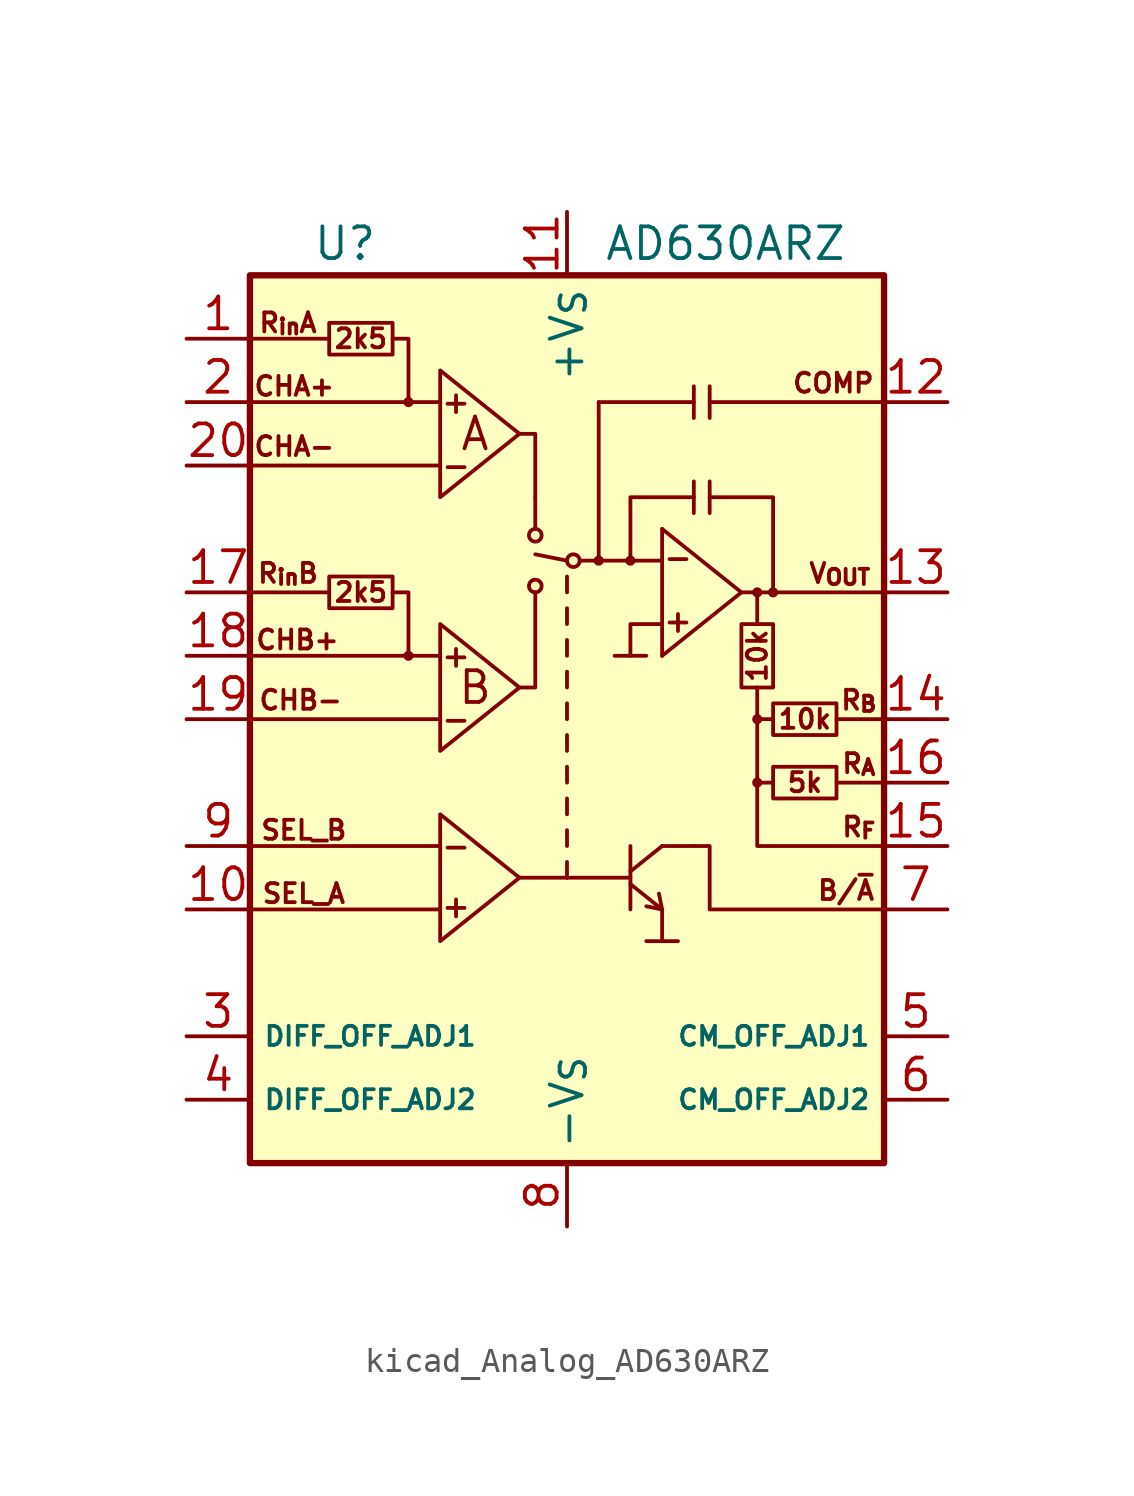
<source format=kicad_sym>
(kicad_symbol_lib
  (version 20220914)
  (generator kicad_symbol_editor)
  (symbol "kicad_Analog_AD630ARZ"
    (property "Reference" "U"
      (at -8.89 19.05 0)
      (effects (font (size 1.27 1.27))))
    (property "Value" "AD630ARZ"
      (at 6.35 19.05 0)
      (effects (font (size 1.27 1.27))))
    (symbol "kicad_Analog_AD630ARZ_0_0"
      (text "+" (at -4.445 -7.493 0) (effects (font (size 0.889 0.889))))
      (text "+" (at -4.445 2.54 0) (effects (font (size 0.889 0.889))))
      (text "+" (at -4.445 12.7 0) (effects (font (size 0.889 0.889))))
      (text "+" (at 4.445 3.937 0) (effects (font (size 0.889 0.889))))
      (text "-" (at -4.445 -5.08 0) (effects (font (size 0.889 0.889))))
      (text "-" (at -4.445 0 0) (effects (font (size 0.889 0.889))))
      (text "-" (at -4.445 10.16 0) (effects (font (size 0.889 0.889))))
      (text "-" (at 4.445 6.477 0) (effects (font (size 0.889 0.889))))
      (text "10k" (at 7.62 2.54 900) (effects (font (size 0.762 0.762))))
      (text "10k" (at 9.525 0 0) (effects (font (size 0.762 0.762))))
      (text "2k5" (at -8.255 5.08 0) (effects (font (size 0.762 0.762))))
      (text "2k5" (at -8.255 15.24 0) (effects (font (size 0.762 0.762))))
      (text "5k" (at 9.525 -2.54 0) (effects (font (size 0.762 0.762))))
      (text "A" (at -3.683 11.43 0) (effects (font (size 1.27 1.27))))
      (text "B" (at -3.683 1.27 0) (effects (font (size 1.27 1.27))))
      (text "B/~{A}" (at 11.176 -6.858 0) (effects (font (size 0.762 0.762))))
      (text "CHA+" (at -10.922 13.335 0) (effects (font (size 0.762 0.762))))
      (text "CHA-" (at -10.922 10.922 0) (effects (font (size 0.762 0.762))))
      (text "CHB+" (at -10.795 3.175 0) (effects (font (size 0.762 0.762))))
      (text "CHB-" (at -10.668 0.762 0) (effects (font (size 0.762 0.762))))
      (text "COMP" (at 10.668 13.462 0) (effects (font (size 0.762 0.762))))
      (text "R_{A}" (at 11.684 -1.778 0) (effects (font (size 0.762 0.762))))
      (text "R_{B}" (at 11.684 0.762 0) (effects (font (size 0.762 0.762))))
      (text "R_{F}" (at 11.684 -4.318 0) (effects (font (size 0.762 0.762))))
      (text "R_{in}A" (at -11.176 15.875 0) (effects (font (size 0.762 0.762))))
      (text "R_{in}B" (at -11.176 5.842 0) (effects (font (size 0.762 0.762))))
      (text "SEL_A" (at -10.541 -6.985 0) (effects (font (size 0.762 0.762))))
      (text "SEL_B" (at -10.541 -4.445 0) (effects (font (size 0.762 0.762))))
      (text "V_{OUT}" (at 10.922 5.842 0) (effects (font (size 0.762 0.762)))))
    (symbol "kicad_Analog_AD630ARZ_0_1"
      (rectangle (start -12.7 17.78) (end 12.7 -17.78) (stroke (width 0.254) (type default)) (fill (type background)))
      (circle (center -6.35 2.54) (radius 0.127) (stroke (width 0) (type default)) (fill (type none)))
      (circle (center -6.35 12.7) (radius 0.127) (stroke (width 0) (type default)) (fill (type none)))
      (circle (center -1.27 5.334) (radius 0.254) (stroke (width 0) (type default)) (fill (type none)))
      (circle (center -1.27 7.366) (radius 0.254) (stroke (width 0) (type default)) (fill (type none)))
      (polyline (pts (xy -12.7 -7.62) (xy -5.08 -7.62)) (stroke (width 0) (type default)) (fill (type none)))
      (polyline (pts (xy -12.7 -5.08) (xy -5.08 -5.08)) (stroke (width 0) (type default)) (fill (type none)))
      (polyline (pts (xy -12.7 0) (xy -5.08 0)) (stroke (width 0) (type default)) (fill (type none)))
      (polyline (pts (xy -12.7 5.08) (xy -9.525 5.08)) (stroke (width 0) (type default)) (fill (type none)))
      (polyline (pts (xy -12.7 10.16) (xy -5.08 10.16)) (stroke (width 0) (type default)) (fill (type none)))
      (polyline (pts (xy -12.7 15.24) (xy -9.525 15.24)) (stroke (width 0) (type default)) (fill (type none)))
      (polyline (pts (xy -6.35 12.7) (xy -5.08 12.7)) (stroke (width 0) (type default)) (fill (type none)))
      (polyline (pts (xy -1.905 -6.35) (xy 0 -6.35)) (stroke (width 0) (type default)) (fill (type none)))
      (polyline (pts (xy -1.27 8.89) (xy -1.27 7.62)) (stroke (width 0) (type default)) (fill (type none)))
      (polyline (pts (xy 0 -6.35) (xy 2.54 -6.35)) (stroke (width 0) (type default)) (fill (type none)))
      (polyline (pts (xy 0 -5.715) (xy 0 -6.35)) (stroke (width 0) (type default)) (fill (type none)))
      (polyline (pts (xy 0 -4.445) (xy 0 -5.08)) (stroke (width 0) (type default)) (fill (type none)))
      (polyline (pts (xy 0 -3.175) (xy 0 -3.81)) (stroke (width 0) (type default)) (fill (type none)))
      (polyline (pts (xy 0 -1.905) (xy 0 -2.54)) (stroke (width 0) (type default)) (fill (type none)))
      (polyline (pts (xy 0 -0.635) (xy 0 -1.27)) (stroke (width 0) (type default)) (fill (type none)))
      (polyline (pts (xy 0 0.635) (xy 0 0)) (stroke (width 0) (type default)) (fill (type none)))
      (polyline (pts (xy 0 1.905) (xy 0 1.27)) (stroke (width 0) (type default)) (fill (type none)))
      (polyline (pts (xy 0 3.175) (xy 0 2.54)) (stroke (width 0) (type default)) (fill (type none)))
      (polyline (pts (xy 0 4.445) (xy 0 3.81)) (stroke (width 0) (type default)) (fill (type none)))
      (polyline (pts (xy 0 5.715) (xy 0 5.08)) (stroke (width 0) (type default)) (fill (type none)))
      (polyline (pts (xy 0 6.35) (xy -1.27 6.604)) (stroke (width 0) (type default)) (fill (type none)))
      (polyline (pts (xy 1.27 6.35) (xy 0.508 6.35)) (stroke (width 0) (type default)) (fill (type none)))
      (polyline (pts (xy 1.27 6.35) (xy 1.27 12.7)) (stroke (width 0) (type default)) (fill (type none)))
      (polyline (pts (xy 1.27 6.35) (xy 3.81 6.35)) (stroke (width 0) (type default)) (fill (type none)))
      (polyline (pts (xy 1.905 2.54) (xy 3.175 2.54)) (stroke (width 0) (type default)) (fill (type none)))
      (polyline (pts (xy 2.54 -6.604) (xy 3.81 -7.62)) (stroke (width 0) (type default)) (fill (type none)))
      (polyline (pts (xy 2.54 -6.096) (xy 3.81 -5.08)) (stroke (width 0) (type default)) (fill (type none)))
      (polyline (pts (xy 2.54 -5.08) (xy 2.54 -7.62)) (stroke (width 0) (type default)) (fill (type none)))
      (polyline (pts (xy 3.81 -8.89) (xy 4.445 -8.89)) (stroke (width 0) (type default)) (fill (type none)))
      (polyline (pts (xy 3.81 -5.08) (xy 5.08 -5.08)) (stroke (width 0) (type default)) (fill (type none)))
      (polyline (pts (xy 3.81 7.62) (xy 3.81 2.54)) (stroke (width 0) (type default)) (fill (type none)))
      (polyline (pts (xy 5.08 9.525) (xy 5.08 8.255)) (stroke (width 0) (type default)) (fill (type none)))
      (polyline (pts (xy 5.08 12.065) (xy 5.08 12.7)) (stroke (width 0) (type default)) (fill (type none)))
      (polyline (pts (xy 5.715 9.525) (xy 5.715 8.255)) (stroke (width 0) (type default)) (fill (type none)))
      (polyline (pts (xy 5.715 12.7) (xy 12.7 12.7)) (stroke (width 0) (type default)) (fill (type none)))
      (polyline (pts (xy 5.715 13.335) (xy 5.715 12.065)) (stroke (width 0) (type default)) (fill (type none)))
      (polyline (pts (xy 7.62 1.27) (xy 7.62 -2.54)) (stroke (width 0) (type default)) (fill (type none)))
      (polyline (pts (xy 7.62 5.08) (xy 12.7 5.08)) (stroke (width 0) (type default)) (fill (type none)))
      (polyline (pts (xy 8.255 -2.54) (xy 7.62 -2.54)) (stroke (width 0) (type default)) (fill (type none)))
      (polyline (pts (xy 8.255 0) (xy 7.62 0)) (stroke (width 0) (type default)) (fill (type none)))
      (polyline (pts (xy 10.795 -2.54) (xy 12.7 -2.54)) (stroke (width 0) (type default)) (fill (type none)))
      (polyline (pts (xy 10.795 0) (xy 12.7 0)) (stroke (width 0) (type default)) (fill (type none)))
      (polyline (pts (xy -6.35 2.54) (xy -5.715 2.54) (xy -5.08 2.54)) (stroke (width 0) (type default)) (fill (type none)))
      (polyline (pts (xy -1.905 1.27) (xy -1.27 1.27) (xy -1.27 5.08)) (stroke (width 0) (type default)) (fill (type none)))
      (polyline (pts (xy -1.905 11.43) (xy -1.27 11.43) (xy -1.27 8.89)) (stroke (width 0) (type default)) (fill (type none)))
      (polyline (pts (xy 1.27 12.7) (xy 5.08 12.7) (xy 5.08 13.335)) (stroke (width 0) (type default)) (fill (type none)))
      (polyline (pts (xy 2.54 6.35) (xy 2.54 8.89) (xy 5.08 8.89)) (stroke (width 0) (type default)) (fill (type none)))
      (polyline (pts (xy 3.683 -6.985) (xy 3.81 -7.62) (xy 3.175 -7.493)) (stroke (width 0) (type default)) (fill (type none)))
      (polyline (pts (xy 3.81 -7.62) (xy 3.81 -8.89) (xy 3.175 -8.89)) (stroke (width 0) (type default)) (fill (type none)))
      (polyline (pts (xy 3.81 3.81) (xy 2.54 3.81) (xy 2.54 2.54)) (stroke (width 0) (type default)) (fill (type none)))
      (polyline (pts (xy 3.81 7.62) (xy 6.985 5.08) (xy 3.81 2.54)) (stroke (width 0) (type default)) (fill (type none)))
      (polyline (pts (xy 5.715 8.89) (xy 8.255 8.89) (xy 8.255 5.08)) (stroke (width 0) (type default)) (fill (type none)))
      (polyline (pts (xy 7.62 -2.54) (xy 7.62 -5.08) (xy 12.7 -5.08)) (stroke (width 0) (type default)) (fill (type none)))
      (polyline (pts (xy 7.62 3.81) (xy 7.62 5.08) (xy 6.985 5.08)) (stroke (width 0) (type default)) (fill (type none)))
      (polyline (pts (xy -6.985 5.08) (xy -6.35 5.08) (xy -6.35 2.54) (xy -12.7 2.54)) (stroke (width 0) (type default)) (fill (type none)))
      (polyline (pts (xy -6.985 15.24) (xy -6.35 15.24) (xy -6.35 12.7) (xy -12.7 12.7)) (stroke (width 0) (type default)) (fill (type none)))
      (polyline (pts (xy -5.08 -3.81) (xy -5.08 -8.89) (xy -1.905 -6.35) (xy -5.08 -3.81)) (stroke (width 0) (type default)) (fill (type none)))
      (polyline (pts (xy -5.08 3.81) (xy -5.08 -1.27) (xy -1.905 1.27) (xy -5.08 3.81)) (stroke (width 0) (type default)) (fill (type none)))
      (polyline (pts (xy -5.08 13.97) (xy -5.08 8.89) (xy -1.905 11.43) (xy -5.08 13.97)) (stroke (width 0) (type default)) (fill (type none)))
      (polyline (pts (xy 5.08 -5.08) (xy 5.715 -5.08) (xy 5.715 -7.62) (xy 12.7 -7.62)) (stroke (width 0) (type default)) (fill (type none)))
      (polyline (pts (xy -9.525 5.715) (xy -9.525 4.445) (xy -6.985 4.445) (xy -6.985 5.715) (xy -9.525 5.715)) (stroke (width 0) (type default)) (fill (type none)))
      (polyline (pts (xy -9.525 15.875) (xy -9.525 14.605) (xy -6.985 14.605) (xy -6.985 15.875) (xy -9.525 15.875)) (stroke (width 0) (type default)) (fill (type none)))
      (polyline (pts (xy 6.985 3.81) (xy 8.255 3.81) (xy 8.255 1.27) (xy 6.985 1.27) (xy 6.985 3.81)) (stroke (width 0) (type default)) (fill (type none)))
      (polyline (pts (xy 8.255 -1.905) (xy 8.255 -3.175) (xy 10.795 -3.175) (xy 10.795 -1.905) (xy 8.255 -1.905)) (stroke (width 0) (type default)) (fill (type none)))
      (polyline (pts (xy 8.255 0.635) (xy 8.255 -0.635) (xy 10.795 -0.635) (xy 10.795 0.635) (xy 8.255 0.635)) (stroke (width 0) (type default)) (fill (type none)))
      (circle (center 0.254 6.35) (radius 0.254) (stroke (width 0) (type default)) (fill (type none)))
      (circle (center 1.27 6.35) (radius 0.127) (stroke (width 0) (type default)) (fill (type none)))
      (circle (center 2.54 6.35) (radius 0.127) (stroke (width 0) (type default)) (fill (type none)))
      (circle (center 7.62 -2.54) (radius 0.127) (stroke (width 0) (type default)) (fill (type none)))
      (circle (center 7.62 0) (radius 0.127) (stroke (width 0) (type default)) (fill (type none)))
      (circle (center 7.62 5.08) (radius 0.127) (stroke (width 0) (type default)) (fill (type none)))
      (circle (center 8.255 5.08) (radius 0.127) (stroke (width 0) (type default)) (fill (type none))))
    (symbol "kicad_Analog_AD630ARZ_1_1"
      (pin input line (at -15.24 15.24 0) (length 2.54) (name "R_{in}A" (effects (font (size 0 0)))) (number "1" (effects (font (size 1.27 1.27)))))
      (pin input line (at -15.24 -7.62 0) (length 2.54) (name "SEL_A" (effects (font (size 0 0)))) (number "10" (effects (font (size 1.27 1.27)))))
      (pin power_in line (at 0 20.32 270) (length 2.54) (name "+V_{S}" (effects (font (size 1.27 1.27)))) (number "11" (effects (font (size 1.27 1.27)))))
      (pin passive line (at 15.24 12.7 180) (length 2.54) (name "COMP" (effects (font (size 0 0)))) (number "12" (effects (font (size 1.27 1.27)))))
      (pin output line (at 15.24 5.08 180) (length 2.54) (name "V_{OUT}" (effects (font (size 0 0)))) (number "13" (effects (font (size 1.27 1.27)))))
      (pin output line (at 15.24 0 180) (length 2.54) (name "R_{B}" (effects (font (size 0 0)))) (number "14" (effects (font (size 1.27 1.27)))))
      (pin output line (at 15.24 -5.08 180) (length 2.54) (name "R_{F}" (effects (font (size 0 0)))) (number "15" (effects (font (size 1.27 1.27)))))
      (pin output line (at 15.24 -2.54 180) (length 2.54) (name "R_{A}" (effects (font (size 0 0)))) (number "16" (effects (font (size 1.27 1.27)))))
      (pin input line (at -15.24 5.08 0) (length 2.54) (name "R_{in}B" (effects (font (size 0 0)))) (number "17" (effects (font (size 1.27 1.27)))))
      (pin input line (at -15.24 2.54 0) (length 2.54) (name "CHB+" (effects (font (size 0 0)))) (number "18" (effects (font (size 1.27 1.27)))))
      (pin input line (at -15.24 0 0) (length 2.54) (name "CHB-" (effects (font (size 0 0)))) (number "19" (effects (font (size 1.27 1.27)))))
      (pin input line (at -15.24 12.7 0) (length 2.54) (name "CHA+" (effects (font (size 0 0)))) (number "2" (effects (font (size 1.27 1.27)))))
      (pin input line (at -15.24 10.16 0) (length 2.54) (name "CHA-" (effects (font (size 0 0)))) (number "20" (effects (font (size 1.27 1.27)))))
      (pin passive line (at -15.24 -12.7 0) (length 2.54) (name "DIFF_OFF_ADJ1" (effects (font (size 0.762 0.762)))) (number "3" (effects (font (size 1.27 1.27)))))
      (pin passive line (at -15.24 -15.24 0) (length 2.54) (name "DIFF_OFF_ADJ2" (effects (font (size 0.762 0.762)))) (number "4" (effects (font (size 1.27 1.27)))))
      (pin passive line (at 15.24 -12.7 180) (length 2.54) (name "CM_OFF_ADJ1" (effects (font (size 0.762 0.762)))) (number "5" (effects (font (size 1.27 1.27)))))
      (pin passive line (at 15.24 -15.24 180) (length 2.54) (name "CM_OFF_ADJ2" (effects (font (size 0.762 0.762)))) (number "6" (effects (font (size 1.27 1.27)))))
      (pin open_collector line (at 15.24 -7.62 180) (length 2.54) (name "B/~{A}" (effects (font (size 0 0)))) (number "7" (effects (font (size 1.27 1.27)))))
      (pin power_in line (at 0 -20.32 90) (length 2.54) (name "-V_{S}" (effects (font (size 1.27 1.27)))) (number "8" (effects (font (size 1.27 1.27)))))
      (pin input line (at -15.24 -5.08 0) (length 2.54) (name "SEL_B" (effects (font (size 0 0)))) (number "9" (effects (font (size 1.27 1.27))))))))
</source>
